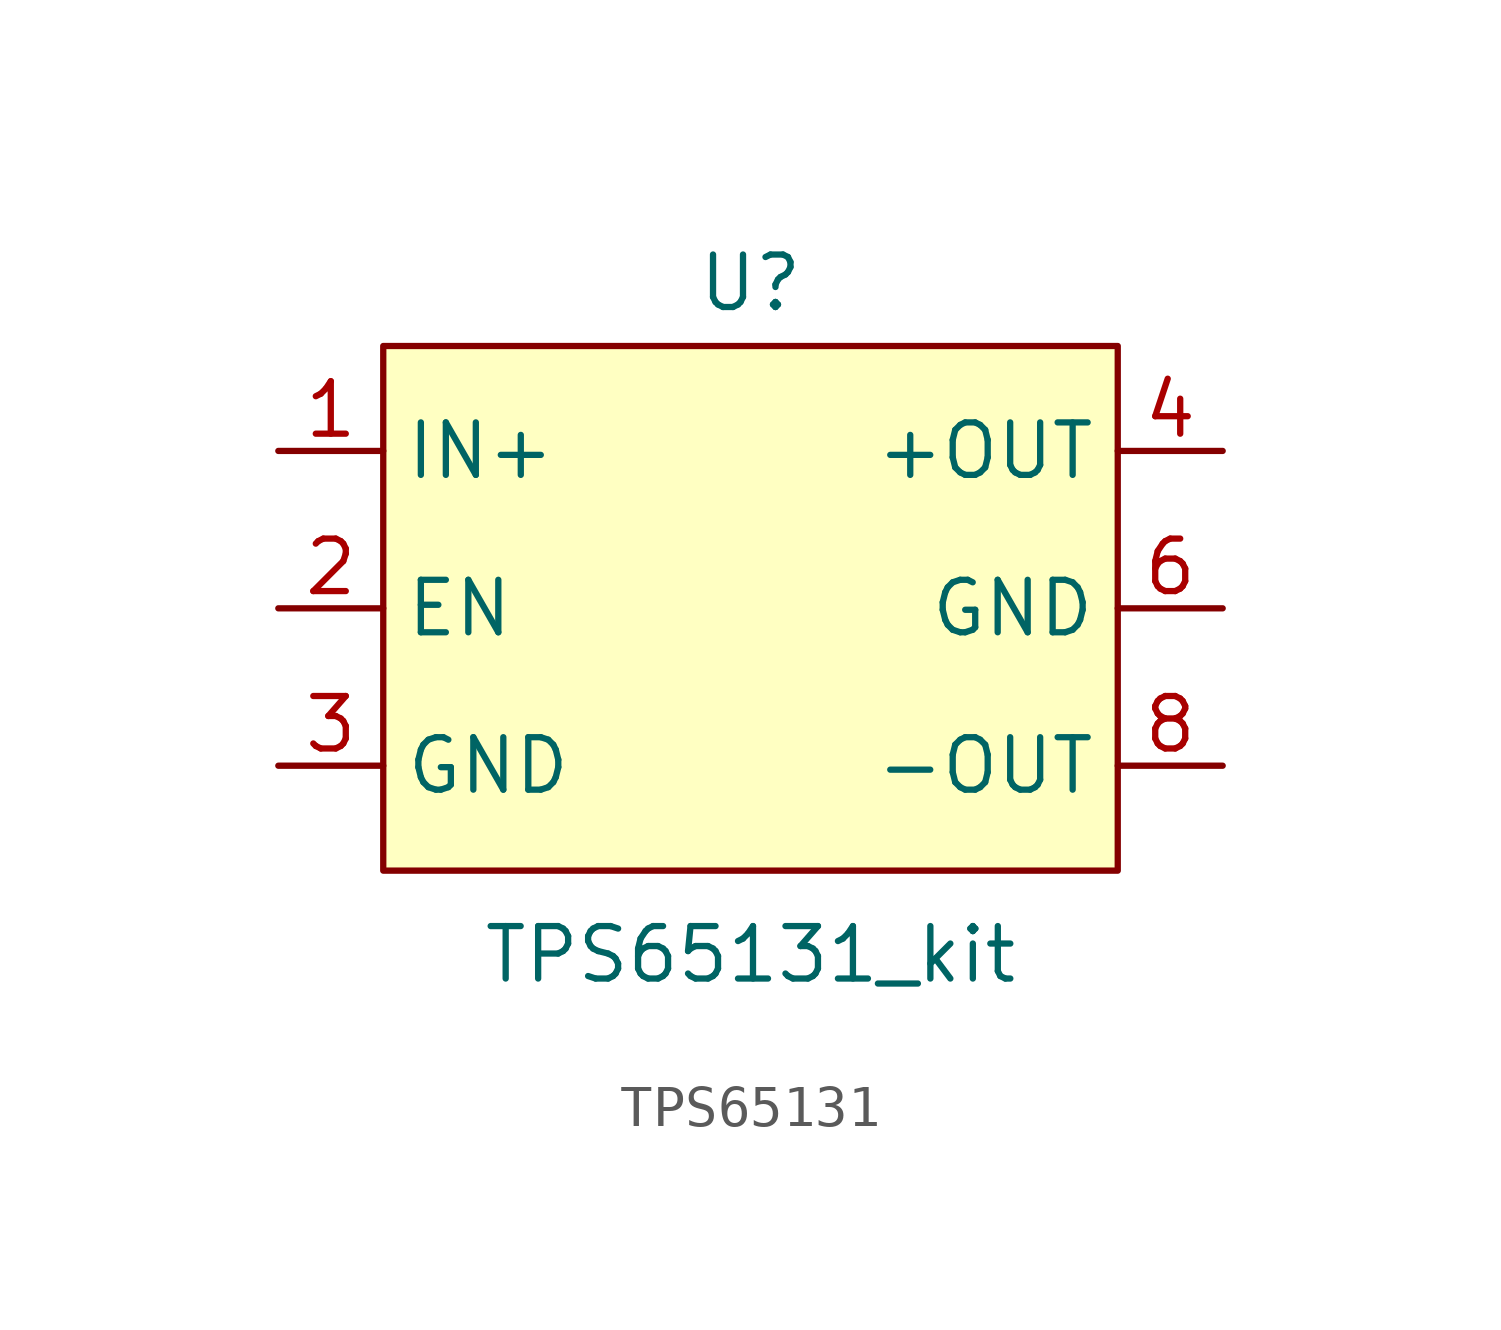
<source format=kicad_sym>
(kicad_symbol_lib
  (version 20241209)
  (generator "kicad_symbol_editor")
  (generator_version "9.0")
  (symbol "TPS65131"
    (property "Reference" "U"
      (at 0 7.874 0)
      (effects (font (size 1.27 1.27))))
    (property "Value" "TPS65131_kit"
      (at 0 -8.382 0)
      (effects (font (size 1.27 1.27))))
    (symbol "TPS65131_1_1"
      (rectangle (start -8.89 6.35) (end 8.89 -6.35) (stroke (width 0) (type solid)) (fill (type background)))
      (pin power_in line (at -11.43 3.81 0) (length 2.54) (name "IN+" (effects (font (size 1.27 1.27)))) (number "1" (effects (font (size 1.27 1.27)))))
      (pin input line (at -11.43 0 0) (length 2.54) (name "EN" (effects (font (size 1.27 1.27)))) (number "2" (effects (font (size 1.27 1.27)))))
      (pin power_in line (at -11.43 -3.81 0) (length 2.54) (name "GND" (effects (font (size 1.27 1.27)))) (number "3" (effects (font (size 1.27 1.27)))))
      (pin power_out line (at 11.43 3.81 180) (length 2.54) (name "+OUT" (effects (font (size 1.27 1.27)))) (number "4" (effects (font (size 1.27 1.27)))))
      (pin passive line (at 11.43 3.81 180) (length 2.54) (hide yes) (name "+OUT" (effects (font (size 1.27 1.27)))) (number "5" (effects (font (size 1.27 1.27)))))
      (pin power_out line (at 11.43 0 180) (length 2.54) (name "GND" (effects (font (size 1.27 1.27)))) (number "6" (effects (font (size 1.27 1.27)))))
      (pin passive line (at 11.43 0 180) (length 2.54) (hide yes) (name "GND" (effects (font (size 1.27 1.27)))) (number "7" (effects (font (size 1.27 1.27)))))
      (pin power_out line (at 11.43 -3.81 180) (length 2.54) (name "-OUT" (effects (font (size 1.27 1.27)))) (number "8" (effects (font (size 1.27 1.27)))))
      (pin passive line (at 11.43 -3.81 180) (length 2.54) (hide yes) (name "-OUT" (effects (font (size 1.27 1.27)))) (number "9" (effects (font (size 1.27 1.27))))))))
</source>
